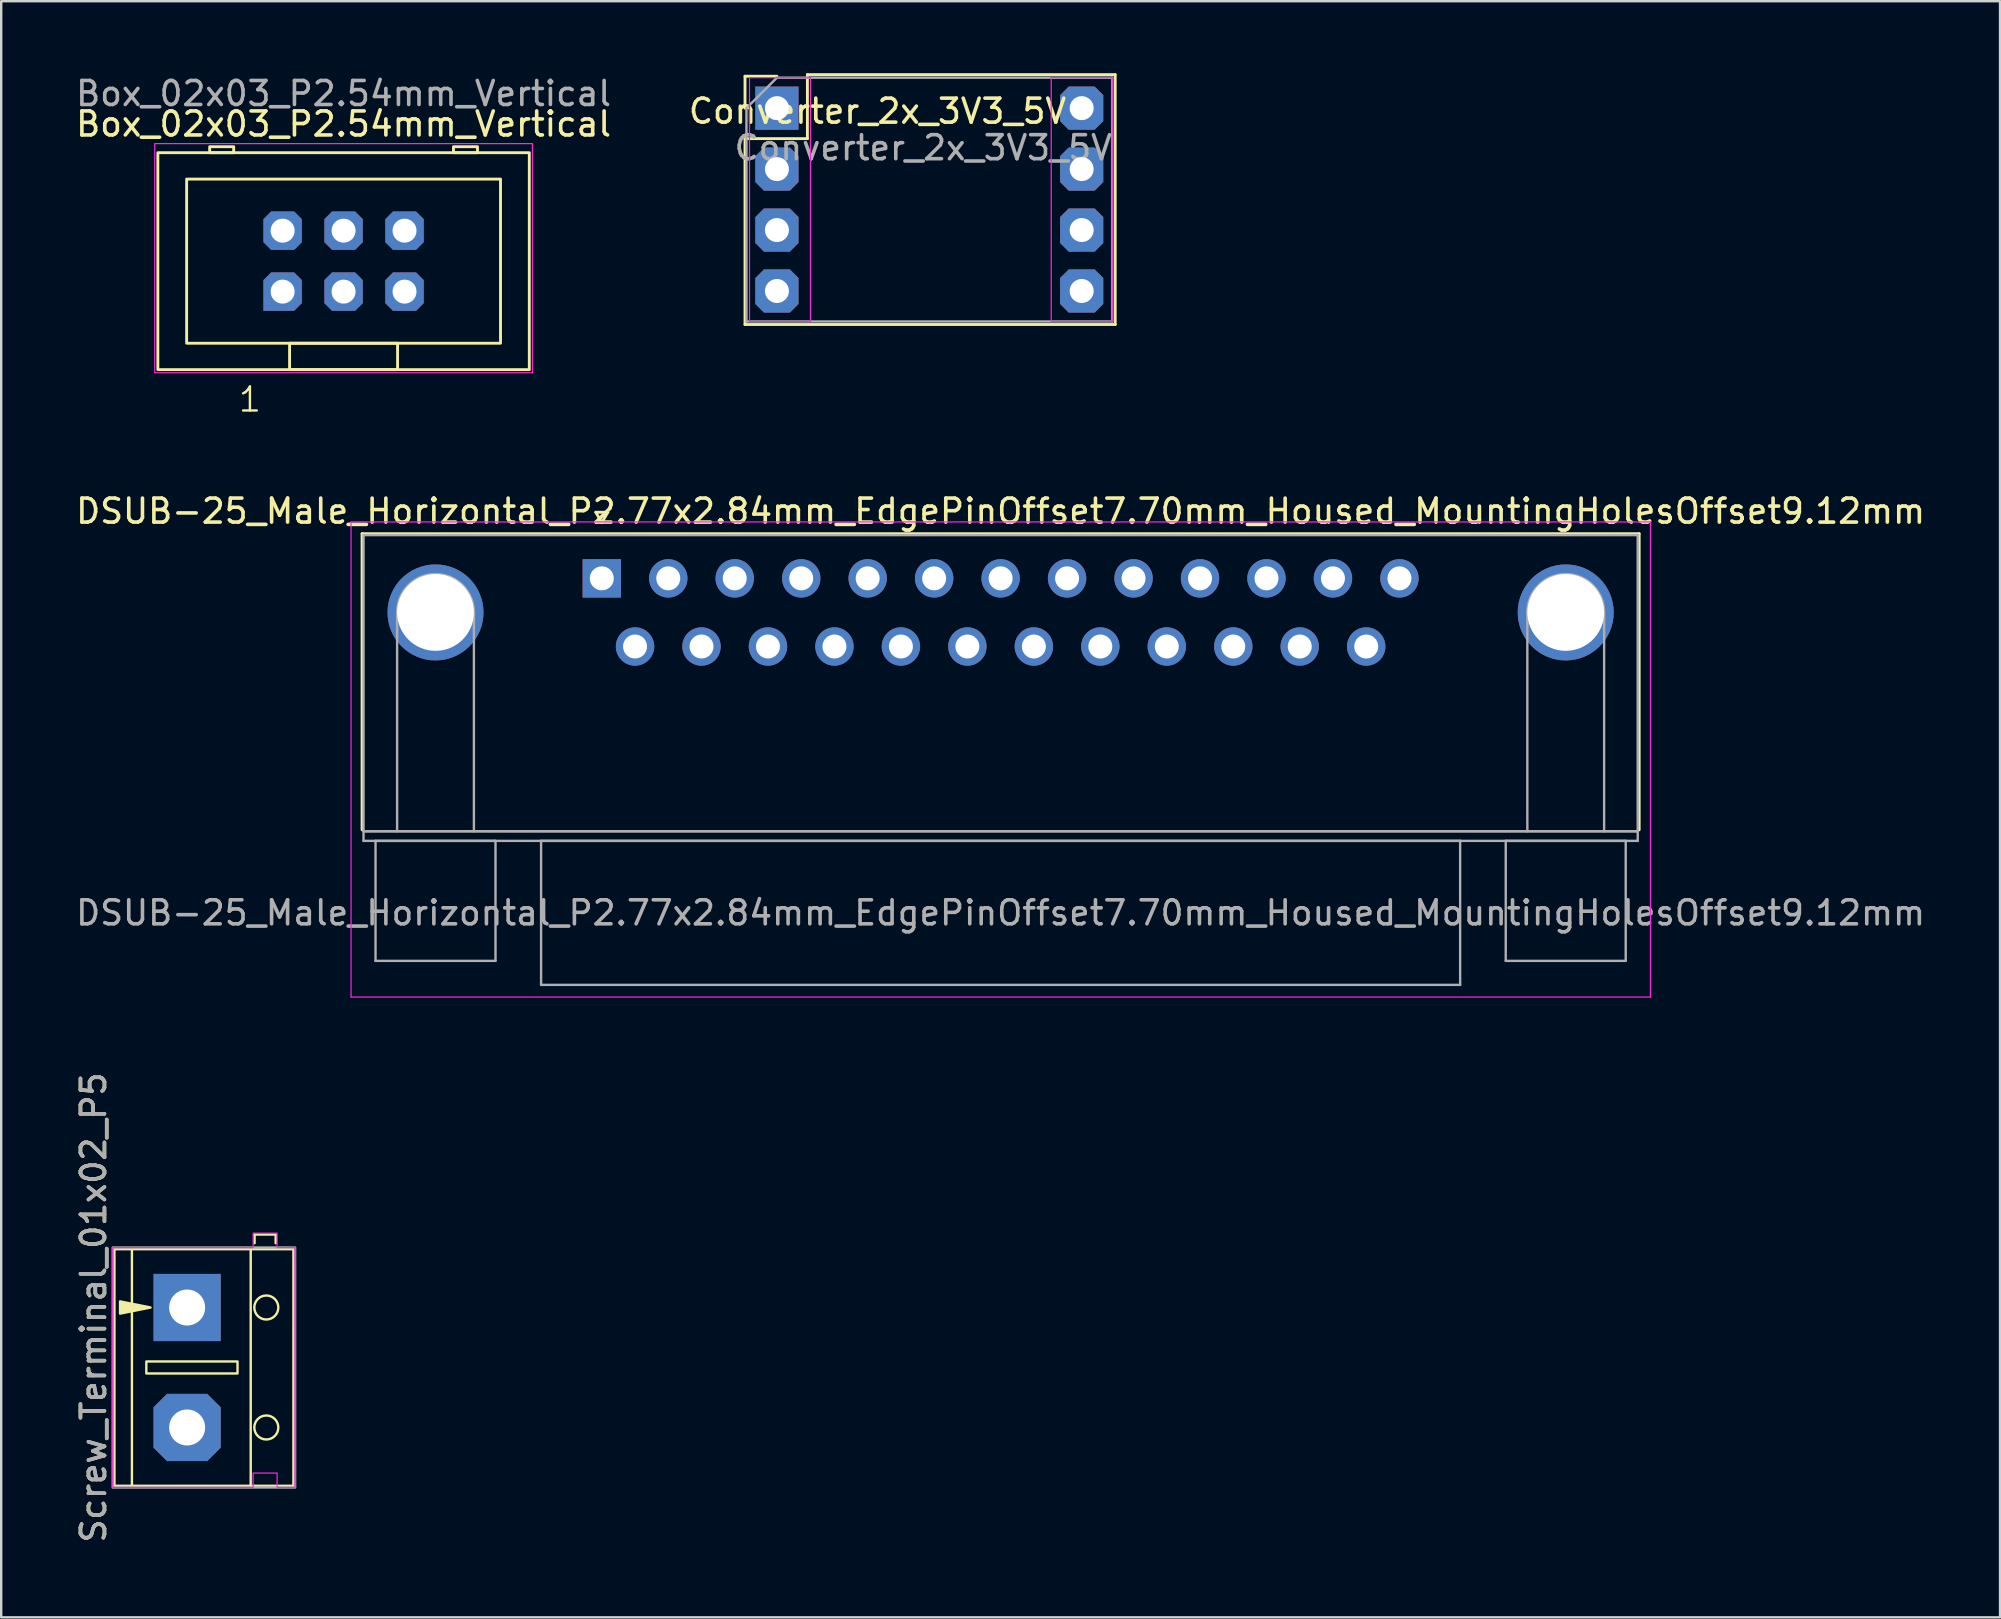
<source format=kicad_pcb>
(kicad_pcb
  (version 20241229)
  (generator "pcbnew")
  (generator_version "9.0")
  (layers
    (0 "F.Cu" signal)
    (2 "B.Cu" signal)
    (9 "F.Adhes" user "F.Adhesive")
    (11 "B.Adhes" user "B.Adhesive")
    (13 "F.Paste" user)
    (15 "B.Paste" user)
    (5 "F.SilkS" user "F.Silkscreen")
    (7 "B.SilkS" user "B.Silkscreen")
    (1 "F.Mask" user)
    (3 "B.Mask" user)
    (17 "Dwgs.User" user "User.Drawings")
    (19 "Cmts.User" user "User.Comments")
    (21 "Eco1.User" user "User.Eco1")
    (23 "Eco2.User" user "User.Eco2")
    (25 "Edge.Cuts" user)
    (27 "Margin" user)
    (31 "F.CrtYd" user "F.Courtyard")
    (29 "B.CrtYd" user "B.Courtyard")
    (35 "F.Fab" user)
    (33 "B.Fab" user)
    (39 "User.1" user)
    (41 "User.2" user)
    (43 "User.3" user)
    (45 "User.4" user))
  (footprint "Converter_2x_3V3_5V"
    (layer "F.Cu")
    (at 29.327 1.457)
    (property "Reference" "Converter_2x_3V3_5V" (at 4.191 0.127 0) (layer "F.SilkS") (effects (font (size 1 1) (thickness 0.15))))
    (attr through_hole)
    (fp_line (start -1.33 -1.33) (end 0 -1.33) (stroke (width 0.12) (type solid)) (layer "F.SilkS"))
    (fp_line (start -1.33 0) (end -1.33 -1.33) (stroke (width 0.12) (type solid)) (layer "F.SilkS"))
    (fp_line (start -1.33 1.27) (end -1.33 9.017) (stroke (width 0.12) (type solid)) (layer "F.SilkS"))
    (fp_line (start -1.33 1.27) (end 1.27 1.27) (stroke (width 0.12) (type solid)) (layer "F.SilkS"))
    (fp_line (start -1.33 9.017) (end 14.097 9.017) (stroke (width 0.12) (type solid)) (layer "F.SilkS"))
    (fp_line (start 1.27 -1.397) (end 14.097 -1.397) (stroke (width 0.12) (type solid)) (layer "F.SilkS"))
    (fp_line (start 1.27 1.27) (end 1.27 -1.397) (stroke (width 0.12) (type solid)) (layer "F.SilkS"))
    (fp_line (start 14.097 -1.397) (end 14.097 9.017) (stroke (width 0.12) (type solid)) (layer "F.SilkS"))
    (fp_line (start -1.143 -1.27) (end -1.143 8.89) (stroke (width 0.05) (type solid)) (layer "F.CrtYd"))
    (fp_line (start -1.143 8.89) (end 1.397 8.89) (stroke (width 0.05) (type solid)) (layer "F.CrtYd"))
    (fp_line (start 1.397 -1.27) (end -1.143 -1.27) (stroke (width 0.05) (type solid)) (layer "F.CrtYd"))
    (fp_line (start 1.397 8.89) (end 1.397 -1.27) (stroke (width 0.05) (type solid)) (layer "F.CrtYd"))
    (fp_line (start 11.43 -1.27) (end 11.43 8.89) (stroke (width 0.05) (type solid)) (layer "F.CrtYd"))
    (fp_line (start 11.43 8.89) (end 13.97 8.89) (stroke (width 0.05) (type solid)) (layer "F.CrtYd"))
    (fp_line (start 13.97 -1.27) (end 11.43 -1.27) (stroke (width 0.05) (type solid)) (layer "F.CrtYd"))
    (fp_line (start 13.97 8.89) (end 13.97 -1.27) (stroke (width 0.05) (type solid)) (layer "F.CrtYd"))
    (fp_line (start -1.27 0) (end 0 -1.27) (stroke (width 0.1) (type solid)) (layer "F.Fab"))
    (fp_line (start -1.27 8.89) (end -1.27 0) (stroke (width 0.1) (type solid)) (layer "F.Fab"))
    (fp_line (start 0 -1.27) (end 13.97 -1.27) (stroke (width 0.1) (type solid)) (layer "F.Fab"))
    (fp_line (start 13.97 -1.27) (end 13.97 8.89) (stroke (width 0.1) (type solid)) (layer "F.Fab"))
    (fp_line (start 13.97 8.89) (end -1.27 8.89) (stroke (width 0.1) (type solid)) (layer "F.Fab"))
    (fp_text user "${REFERENCE}" (at 6.096 1.651 180) (layer "F.Fab") (effects (font (size 1 1) (thickness 0.15))))
    (pad "1" thru_hole roundrect (at 0 0) (size 1.8 1.8) (drill 1) (layers "*.Cu" "*.Mask") (roundrect_rratio 0) (chamfer_ratio 0.2) (chamfer))
    (pad "2" thru_hole roundrect (at 0 2.54) (size 1.8 1.8) (drill 1) (layers "*.Cu" "*.Mask") (roundrect_rratio 0) (chamfer_ratio 0.2) (chamfer top_left top_right bottom_left bottom_right))
    (pad "3" thru_hole roundrect (at 0 5.08) (size 1.8 1.8) (drill 1) (layers "*.Cu" "*.Mask") (roundrect_rratio 0) (chamfer_ratio 0.2) (chamfer top_left top_right bottom_left bottom_right))
    (pad "4" thru_hole roundrect (at 0 7.62) (size 1.8 1.8) (drill 1) (layers "*.Cu" "*.Mask") (roundrect_rratio 0) (chamfer_ratio 0.2) (chamfer top_left top_right bottom_left bottom_right))
    (pad "5" thru_hole roundrect (at 12.7 7.62) (size 1.8 1.8) (drill 1) (layers "*.Cu" "*.Mask") (roundrect_rratio 0) (chamfer_ratio 0.2) (chamfer top_left top_right bottom_left bottom_right))
    (pad "6" thru_hole roundrect (at 12.7 5.08) (size 1.8 1.8) (drill 1) (layers "*.Cu" "*.Mask") (roundrect_rratio 0) (chamfer_ratio 0.2) (chamfer top_left top_right bottom_left bottom_right))
    (pad "7" thru_hole roundrect (at 12.7 2.54) (size 1.8 1.8) (drill 1) (layers "*.Cu" "*.Mask") (roundrect_rratio 0) (chamfer_ratio 0.2) (chamfer top_left top_right bottom_left bottom_right))
    (pad "8" thru_hole roundrect (at 12.7 0) (size 1.8 1.8) (drill 1) (layers "*.Cu" "*.Mask") (roundrect_rratio 0) (chamfer_ratio 0.2) (chamfer top_left top_right bottom_left bottom_right)))
  (footprint "Screw_Terminal_01x02_P5"
    (layer "F.Cu")
    (at 4.748 51.438)
    (property "Reference" "Screw_Terminal_01x02_P5" (at -3.9 0 90) (layer "F.SilkS") (effects (font (size 1 1) (thickness 0.15))))
    (attr through_hole)
    (fp_line (start -2.3 -2.44) (end -2.3 7.44) (stroke (width 0.1) (type default)) (layer "F.SilkS"))
    (fp_line (start 2.65 -2.44) (end 2.65 7.44) (stroke (width 0.1) (type default)) (layer "F.SilkS"))
    (fp_line (start 2.81 -3.04) (end 2.81 -2.68) (stroke (width 0.1) (type default)) (layer "F.SilkS"))
    (fp_line (start 2.81 -3.04) (end 3.69 -3.04) (stroke (width 0.1) (type default)) (layer "F.SilkS"))
    (fp_line (start 3.69 -3.04) (end 3.69 -2.68) (stroke (width 0.1) (type default)) (layer "F.SilkS"))
    (fp_rect (start -3.04 -2.44) (end 4.44 7.44) (stroke (width 0.12) (type default)) (fill no) (layer "F.SilkS"))
    (fp_rect (start -1.7 2.25) (end 2.1 2.75) (stroke (width 0.1) (type default)) (fill no) (layer "F.SilkS"))
    (fp_circle (center 3.3 0) (end 3.8 0) (stroke (width 0.1) (type default)) (fill no) (layer "F.SilkS"))
    (fp_circle (center 3.3 5) (end 3.8 5) (stroke (width 0.1) (type default)) (fill no) (layer "F.SilkS"))
    (fp_poly (pts (xy -2.794 -0.254) (xy -1.524 0) (xy -2.794 0.254)) (stroke (width 0.1) (type solid)) (fill yes) (layer "F.SilkS"))
    (fp_poly (pts (xy -3.1 7.5) (xy -3.1 -2.5) (xy 2.75 -2.5) (xy 2.75 -3.1) (xy 3.75 -3.1) (xy 3.75 -2.5) (xy 4.5 -2.5) (xy 4.5 7.5) (xy 3.75 7.5) (xy 3.75 6.9) (xy 2.75 6.9) (xy 2.75 7.5)) (stroke (width 0.05) (type solid)) (fill no) (layer "F.CrtYd"))
    (fp_rect (start -3.1 -2.5) (end 4.5 7.5) (stroke (width 0.1) (type default)) (fill no) (layer "F.Fab"))
    (fp_text user "${REFERENCE}" (at -3.9 0 90) (layer "F.Fab") (effects (font (size 1 1) (thickness 0.15))))
    (pad "1" thru_hole rect (at 0 0) (size 2.8 2.8) (drill 1.5) (layers "*.Cu" "*.Mask"))
    (pad "2" thru_hole roundrect (at 0 5) (size 2.8 2.8) (drill 1.5) (layers "*.Cu" "*.Mask") (roundrect_rratio 0) (chamfer_ratio 0.2) (chamfer top_left top_right bottom_left bottom_right)))
  (footprint "Box_02x03_P2.54mm_Vertical"
    (layer "F.Cu")
    (at 8.728 9.103)
    (property "Reference" "Box_02x03_P2.54mm_Vertical" (at 2.54 -6.985 0) (layer "F.SilkS") (effects (font (size 1 1) (thickness 0.15))))
    (attr through_hole)
    (fp_rect (start -5.2 3.25) (end 10.28 -5.79) (stroke (width 0.12) (type default)) (fill no) (layer "F.SilkS"))
    (fp_rect (start -4 2.15) (end 9.08 -4.69) (stroke (width 0.12) (type default)) (fill no) (layer "F.SilkS"))
    (fp_rect (start -3.04 -5.79) (end -2.04 -6.04) (stroke (width 0.12) (type default)) (fill no) (layer "F.SilkS"))
    (fp_rect (start 0.29 3.25) (end 4.79 2.15) (stroke (width 0.12) (type default)) (fill no) (layer "F.SilkS"))
    (fp_rect (start 7.12 -5.79) (end 8.12 -6.04) (stroke (width 0.12) (type default)) (fill no) (layer "F.SilkS"))
    (fp_rect (start -5.33 3.38) (end 10.41 -6.17) (stroke (width 0.05) (type default)) (fill no) (layer "F.CrtYd"))
    (fp_text user "1" (at -1.905 5.08 0) (unlocked yes) (layer "F.SilkS") (effects (font (size 1 1) (thickness 0.1)) (justify left bottom)))
    (fp_text user "${REFERENCE}" (at 2.54 -8.255 180) (layer "F.Fab") (effects (font (size 1 1) (thickness 0.15))))
    (pad "1" thru_hole roundrect (at 0 0) (size 1.6 1.6) (drill 1) (layers "*.Cu" "*.Mask") (roundrect_rratio 0) (chamfer_ratio 0.2) (chamfer top_left top_right bottom_right))
    (pad "2" thru_hole roundrect (at 0 -2.54) (size 1.6 1.6) (drill 1) (layers "*.Cu" "*.Mask") (roundrect_rratio 0) (chamfer_ratio 0.2) (chamfer top_left top_right bottom_left bottom_right))
    (pad "3" thru_hole roundrect (at 2.54 0) (size 1.6 1.6) (drill 1) (layers "*.Cu" "*.Mask") (roundrect_rratio 0) (chamfer_ratio 0.2) (chamfer top_left top_right bottom_left bottom_right))
    (pad "4" thru_hole roundrect (at 2.54 -2.54) (size 1.6 1.6) (drill 1) (layers "*.Cu" "*.Mask") (roundrect_rratio 0) (chamfer_ratio 0.2) (chamfer top_left top_right bottom_left bottom_right))
    (pad "5" thru_hole roundrect (at 5.08 0) (size 1.6 1.6) (drill 1) (layers "*.Cu" "*.Mask") (roundrect_rratio 0) (chamfer_ratio 0.2) (chamfer top_left top_right bottom_left bottom_right))
    (pad "6" thru_hole roundrect (at 5.08 -2.54) (size 1.6 1.6) (drill 1) (layers "*.Cu" "*.Mask") (roundrect_rratio 0) (chamfer_ratio 0.2) (chamfer top_left top_right bottom_left bottom_right)))
  (footprint "DSUB-25_Male_Horizontal_P2.77x2.84mm_EdgePinOffset7.70mm_Housed_MountingHolesOffset9.12mm"
    (layer "F.Cu")
    (at 22.029 21.052)
    (property "Reference" "DSUB-25_Male_Horizontal_P2.77x2.84mm_EdgePinOffset7.70mm_Housed_MountingHolesOffset9.12mm" (at 16.62 -2.8 0) (layer "F.SilkS") (effects (font (size 1 1) (thickness 0.15))))
    (attr through_hole)
    (fp_line (start -9.99 -1.86) (end 43.23 -1.86) (stroke (width 0.12) (type solid)) (layer "F.SilkS"))
    (fp_line (start -9.99 10.48) (end -9.99 -1.86) (stroke (width 0.12) (type solid)) (layer "F.SilkS"))
    (fp_line (start -0.25 -2.754) (end 0.25 -2.754) (stroke (width 0.12) (type solid)) (layer "F.SilkS"))
    (fp_line (start 0 -2.321) (end -0.25 -2.754) (stroke (width 0.12) (type solid)) (layer "F.SilkS"))
    (fp_line (start 0.25 -2.754) (end 0 -2.321) (stroke (width 0.12) (type solid)) (layer "F.SilkS"))
    (fp_line (start 43.23 -1.86) (end 43.23 10.48) (stroke (width 0.12) (type solid)) (layer "F.SilkS"))
    (fp_line (start -10.45 -2.35) (end -10.45 17.45) (stroke (width 0.05) (type solid)) (layer "F.CrtYd"))
    (fp_line (start -10.45 17.45) (end 43.7 17.45) (stroke (width 0.05) (type solid)) (layer "F.CrtYd"))
    (fp_line (start 43.7 -2.35) (end -10.45 -2.35) (stroke (width 0.05) (type solid)) (layer "F.CrtYd"))
    (fp_line (start 43.7 17.45) (end 43.7 -2.35) (stroke (width 0.05) (type solid)) (layer "F.CrtYd"))
    (fp_line (start -9.93 -1.8) (end -9.93 10.54) (stroke (width 0.1) (type solid)) (layer "F.Fab"))
    (fp_line (start -9.93 10.54) (end -9.93 10.94) (stroke (width 0.1) (type solid)) (layer "F.Fab"))
    (fp_line (start -9.93 10.54) (end 43.17 10.54) (stroke (width 0.1) (type solid)) (layer "F.Fab"))
    (fp_line (start -9.93 10.94) (end 43.17 10.94) (stroke (width 0.1) (type solid)) (layer "F.Fab"))
    (fp_line (start -9.43 10.94) (end -9.43 15.94) (stroke (width 0.1) (type solid)) (layer "F.Fab"))
    (fp_line (start -9.43 15.94) (end -4.43 15.94) (stroke (width 0.1) (type solid)) (layer "F.Fab"))
    (fp_line (start -8.53 10.54) (end -8.53 1.42) (stroke (width 0.1) (type solid)) (layer "F.Fab"))
    (fp_line (start -5.33 10.54) (end -5.33 1.42) (stroke (width 0.1) (type solid)) (layer "F.Fab"))
    (fp_line (start -4.43 10.94) (end -9.43 10.94) (stroke (width 0.1) (type solid)) (layer "F.Fab"))
    (fp_line (start -4.43 15.94) (end -4.43 10.94) (stroke (width 0.1) (type solid)) (layer "F.Fab"))
    (fp_line (start -2.53 10.94) (end -2.53 16.94) (stroke (width 0.1) (type solid)) (layer "F.Fab"))
    (fp_line (start -2.53 16.94) (end 35.77 16.94) (stroke (width 0.1) (type solid)) (layer "F.Fab"))
    (fp_line (start 35.77 10.94) (end -2.53 10.94) (stroke (width 0.1) (type solid)) (layer "F.Fab"))
    (fp_line (start 35.77 16.94) (end 35.77 10.94) (stroke (width 0.1) (type solid)) (layer "F.Fab"))
    (fp_line (start 37.67 10.94) (end 37.67 15.94) (stroke (width 0.1) (type solid)) (layer "F.Fab"))
    (fp_line (start 37.67 15.94) (end 42.67 15.94) (stroke (width 0.1) (type solid)) (layer "F.Fab"))
    (fp_line (start 38.57 10.54) (end 38.57 1.42) (stroke (width 0.1) (type solid)) (layer "F.Fab"))
    (fp_line (start 41.77 10.54) (end 41.77 1.42) (stroke (width 0.1) (type solid)) (layer "F.Fab"))
    (fp_line (start 42.67 10.94) (end 37.67 10.94) (stroke (width 0.1) (type solid)) (layer "F.Fab"))
    (fp_line (start 42.67 15.94) (end 42.67 10.94) (stroke (width 0.1) (type solid)) (layer "F.Fab"))
    (fp_line (start 43.17 -1.8) (end -9.93 -1.8) (stroke (width 0.1) (type solid)) (layer "F.Fab"))
    (fp_line (start 43.17 10.54) (end -9.93 10.54) (stroke (width 0.1) (type solid)) (layer "F.Fab"))
    (fp_line (start 43.17 10.54) (end 43.17 -1.8) (stroke (width 0.1) (type solid)) (layer "F.Fab"))
    (fp_line (start 43.17 10.94) (end 43.17 10.54) (stroke (width 0.1) (type solid)) (layer "F.Fab"))
    (fp_arc (start -8.53 1.42) (mid -6.93 -0.18) (end -5.33 1.42) (stroke (width 0.1) (type solid)) (layer "F.Fab"))
    (fp_arc (start 38.57 1.42) (mid 40.17 -0.18) (end 41.77 1.42) (stroke (width 0.1) (type solid)) (layer "F.Fab"))
    (fp_text user "${REFERENCE}" (at 16.62 13.94 0) (layer "F.Fab") (effects (font (size 1 1) (thickness 0.15))))
    (pad "0" thru_hole circle (at -6.93 1.42) (size 4 4) (drill 3.2) (layers "*.Cu" "*.Mask"))
    (pad "0" thru_hole circle (at 40.17 1.42) (size 4 4) (drill 3.2) (layers "*.Cu" "*.Mask"))
    (pad "1" thru_hole rect (at 0 0) (size 1.6 1.6) (drill 1) (layers "*.Cu" "*.Mask"))
    (pad "2" thru_hole circle (at 2.77 0) (size 1.6 1.6) (drill 1) (layers "*.Cu" "*.Mask"))
    (pad "3" thru_hole circle (at 5.54 0) (size 1.6 1.6) (drill 1) (layers "*.Cu" "*.Mask"))
    (pad "4" thru_hole circle (at 8.31 0) (size 1.6 1.6) (drill 1) (layers "*.Cu" "*.Mask"))
    (pad "5" thru_hole circle (at 11.08 0) (size 1.6 1.6) (drill 1) (layers "*.Cu" "*.Mask"))
    (pad "6" thru_hole circle (at 13.85 0) (size 1.6 1.6) (drill 1) (layers "*.Cu" "*.Mask"))
    (pad "7" thru_hole circle (at 16.62 0) (size 1.6 1.6) (drill 1) (layers "*.Cu" "*.Mask"))
    (pad "8" thru_hole circle (at 19.39 0) (size 1.6 1.6) (drill 1) (layers "*.Cu" "*.Mask"))
    (pad "9" thru_hole circle (at 22.16 0) (size 1.6 1.6) (drill 1) (layers "*.Cu" "*.Mask"))
    (pad "10" thru_hole circle (at 24.93 0) (size 1.6 1.6) (drill 1) (layers "*.Cu" "*.Mask"))
    (pad "11" thru_hole circle (at 27.7 0) (size 1.6 1.6) (drill 1) (layers "*.Cu" "*.Mask"))
    (pad "12" thru_hole circle (at 30.47 0) (size 1.6 1.6) (drill 1) (layers "*.Cu" "*.Mask"))
    (pad "13" thru_hole circle (at 33.24 0) (size 1.6 1.6) (drill 1) (layers "*.Cu" "*.Mask"))
    (pad "14" thru_hole circle (at 1.385 2.84) (size 1.6 1.6) (drill 1) (layers "*.Cu" "*.Mask"))
    (pad "15" thru_hole circle (at 4.155 2.84) (size 1.6 1.6) (drill 1) (layers "*.Cu" "*.Mask"))
    (pad "16" thru_hole circle (at 6.925 2.84) (size 1.6 1.6) (drill 1) (layers "*.Cu" "*.Mask"))
    (pad "17" thru_hole circle (at 9.695 2.84) (size 1.6 1.6) (drill 1) (layers "*.Cu" "*.Mask"))
    (pad "18" thru_hole circle (at 12.465 2.84) (size 1.6 1.6) (drill 1) (layers "*.Cu" "*.Mask"))
    (pad "19" thru_hole circle (at 15.235 2.84) (size 1.6 1.6) (drill 1) (layers "*.Cu" "*.Mask"))
    (pad "20" thru_hole circle (at 18.005 2.84) (size 1.6 1.6) (drill 1) (layers "*.Cu" "*.Mask"))
    (pad "21" thru_hole circle (at 20.775 2.84) (size 1.6 1.6) (drill 1) (layers "*.Cu" "*.Mask"))
    (pad "22" thru_hole circle (at 23.545 2.84) (size 1.6 1.6) (drill 1) (layers "*.Cu" "*.Mask"))
    (pad "23" thru_hole circle (at 26.315 2.84) (size 1.6 1.6) (drill 1) (layers "*.Cu" "*.Mask"))
    (pad "24" thru_hole circle (at 29.085 2.84) (size 1.6 1.6) (drill 1) (layers "*.Cu" "*.Mask"))
    (pad "25" thru_hole circle (at 31.855 2.84) (size 1.6 1.6) (drill 1) (layers "*.Cu" "*.Mask")))
  (gr_rect
    (start -3 -3)
    (end 80.298 64.349)
    (stroke (width 0.1) (type default))
    (fill no)
    (layer "Edge.Cuts")))
</source>
